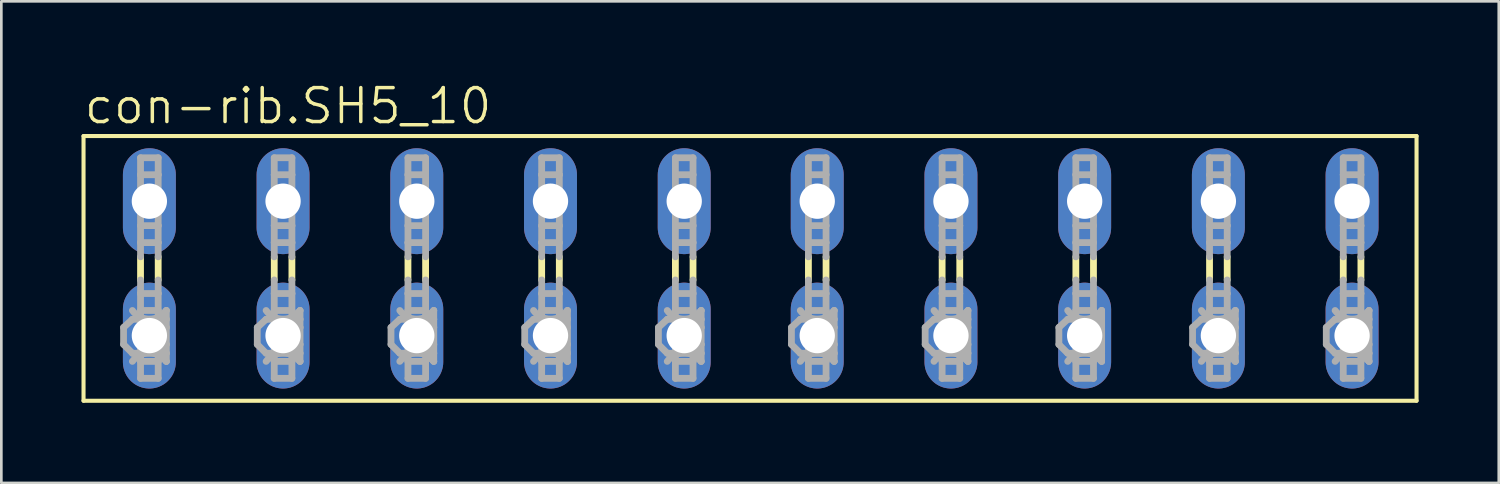
<source format=kicad_pcb>
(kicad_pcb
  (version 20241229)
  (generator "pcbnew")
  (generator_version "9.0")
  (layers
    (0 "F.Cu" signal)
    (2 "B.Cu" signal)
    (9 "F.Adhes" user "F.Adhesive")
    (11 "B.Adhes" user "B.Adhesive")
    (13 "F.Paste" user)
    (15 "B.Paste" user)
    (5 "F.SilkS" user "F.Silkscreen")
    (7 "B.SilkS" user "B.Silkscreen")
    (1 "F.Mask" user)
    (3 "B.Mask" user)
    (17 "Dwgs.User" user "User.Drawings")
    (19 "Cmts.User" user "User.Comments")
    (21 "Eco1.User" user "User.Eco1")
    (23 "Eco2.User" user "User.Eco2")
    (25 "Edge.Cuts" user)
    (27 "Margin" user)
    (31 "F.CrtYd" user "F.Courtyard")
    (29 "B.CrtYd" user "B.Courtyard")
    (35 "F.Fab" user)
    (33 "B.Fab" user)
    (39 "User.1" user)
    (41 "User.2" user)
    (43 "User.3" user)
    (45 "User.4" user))
  (footprint "con-rib.SH5_10"
    (layer "F.Cu")
    (at 25.044 6.994)
    (property "Reference" "con-rib.SH5_10" (at -25.019 -5.334 0) (layer "F.SilkS") (effects (font (size 1.27 1.27) (thickness 0.13)) (justify left bottom)))
    (attr through_hole)
    (fp_line (start -24.968 -4.953) (end -24.968 4.953) (stroke (width 0.152) (type default)) (layer "F.SilkS"))
    (fp_line (start -24.968 -4.953) (end 24.917 -4.953) (stroke (width 0.152) (type default)) (layer "F.SilkS"))
    (fp_line (start -22.835 0.432) (end -22.835 -0.432) (stroke (width 0.254) (type default)) (layer "F.SilkS"))
    (fp_line (start -22.174 0.432) (end -22.174 -0.432) (stroke (width 0.254) (type default)) (layer "F.SilkS"))
    (fp_line (start -17.831 0.432) (end -17.831 -0.432) (stroke (width 0.254) (type default)) (layer "F.SilkS"))
    (fp_line (start -17.17 0.432) (end -17.17 -0.432) (stroke (width 0.254) (type default)) (layer "F.SilkS"))
    (fp_line (start -12.827 0.432) (end -12.827 -0.432) (stroke (width 0.254) (type default)) (layer "F.SilkS"))
    (fp_line (start -12.167 0.432) (end -12.167 -0.432) (stroke (width 0.254) (type default)) (layer "F.SilkS"))
    (fp_line (start -7.823 0.432) (end -7.823 -0.432) (stroke (width 0.254) (type default)) (layer "F.SilkS"))
    (fp_line (start -7.163 0.432) (end -7.163 -0.432) (stroke (width 0.254) (type default)) (layer "F.SilkS"))
    (fp_line (start -2.819 0.432) (end -2.819 -0.432) (stroke (width 0.254) (type default)) (layer "F.SilkS"))
    (fp_line (start -2.159 0.432) (end -2.159 -0.432) (stroke (width 0.254) (type default)) (layer "F.SilkS"))
    (fp_line (start 2.159 0.432) (end 2.159 -0.432) (stroke (width 0.254) (type default)) (layer "F.SilkS"))
    (fp_line (start 2.819 0.432) (end 2.819 -0.432) (stroke (width 0.254) (type default)) (layer "F.SilkS"))
    (fp_line (start 7.163 0.432) (end 7.163 -0.432) (stroke (width 0.254) (type default)) (layer "F.SilkS"))
    (fp_line (start 7.823 0.432) (end 7.823 -0.432) (stroke (width 0.254) (type default)) (layer "F.SilkS"))
    (fp_line (start 12.167 0.432) (end 12.167 -0.432) (stroke (width 0.254) (type default)) (layer "F.SilkS"))
    (fp_line (start 12.827 0.432) (end 12.827 -0.432) (stroke (width 0.254) (type default)) (layer "F.SilkS"))
    (fp_line (start 17.17 0.432) (end 17.17 -0.432) (stroke (width 0.254) (type default)) (layer "F.SilkS"))
    (fp_line (start 17.831 0.432) (end 17.831 -0.432) (stroke (width 0.254) (type default)) (layer "F.SilkS"))
    (fp_line (start 22.174 0.432) (end 22.174 -0.432) (stroke (width 0.254) (type default)) (layer "F.SilkS"))
    (fp_line (start 22.835 0.432) (end 22.835 -0.432) (stroke (width 0.254) (type default)) (layer "F.SilkS"))
    (fp_line (start 24.917 4.953) (end -24.968 4.953) (stroke (width 0.152) (type default)) (layer "F.SilkS"))
    (fp_line (start 24.917 4.953) (end 24.917 -4.953) (stroke (width 0.152) (type default)) (layer "F.SilkS"))
    (fp_line (start -23.47 2.21) (end -23.139 1.905) (stroke (width 0.254) (type default)) (layer "F.Fab"))
    (fp_line (start -23.47 2.845) (end -23.47 2.21) (stroke (width 0.254) (type default)) (layer "F.Fab"))
    (fp_line (start -23.47 2.845) (end -23.139 3.175) (stroke (width 0.254) (type default)) (layer "F.Fab"))
    (fp_line (start -22.835 -4.14) (end -22.174 -4.14) (stroke (width 0.254) (type default)) (layer "F.Fab"))
    (fp_line (start -22.835 -3.505) (end -22.835 -4.14) (stroke (width 0.254) (type default)) (layer "F.Fab"))
    (fp_line (start -22.835 -3.505) (end -22.835 -1.6) (stroke (width 0.254) (type default)) (layer "F.Fab"))
    (fp_line (start -22.835 -1.6) (end -22.835 -0.965) (stroke (width 0.254) (type default)) (layer "F.Fab"))
    (fp_line (start -22.835 -1.6) (end -22.174 -1.6) (stroke (width 0.254) (type default)) (layer "F.Fab"))
    (fp_line (start -22.835 -0.965) (end -22.174 -0.965) (stroke (width 0.254) (type default)) (layer "F.Fab"))
    (fp_line (start -22.835 -0.432) (end -22.835 -0.965) (stroke (width 0.254) (type default)) (layer "F.Fab"))
    (fp_line (start -22.835 0.94) (end -22.835 0.432) (stroke (width 0.254) (type default)) (layer "F.Fab"))
    (fp_line (start -22.835 0.94) (end -22.174 0.94) (stroke (width 0.254) (type default)) (layer "F.Fab"))
    (fp_line (start -22.835 1.575) (end -22.835 0.94) (stroke (width 0.254) (type default)) (layer "F.Fab"))
    (fp_line (start -22.835 1.575) (end -22.835 3.48) (stroke (width 0.254) (type default)) (layer "F.Fab"))
    (fp_line (start -22.835 3.48) (end -22.835 4.115) (stroke (width 0.254) (type default)) (layer "F.Fab"))
    (fp_line (start -22.835 3.48) (end -22.174 3.48) (stroke (width 0.254) (type default)) (layer "F.Fab"))
    (fp_line (start -22.835 4.115) (end -22.174 4.115) (stroke (width 0.254) (type default)) (layer "F.Fab"))
    (fp_line (start -22.174 -4.14) (end -22.174 -3.505) (stroke (width 0.254) (type default)) (layer "F.Fab"))
    (fp_line (start -22.174 -3.505) (end -22.835 -3.505) (stroke (width 0.254) (type default)) (layer "F.Fab"))
    (fp_line (start -22.174 -1.6) (end -22.174 -3.505) (stroke (width 0.254) (type default)) (layer "F.Fab"))
    (fp_line (start -22.174 -0.965) (end -22.174 -1.6) (stroke (width 0.254) (type default)) (layer "F.Fab"))
    (fp_line (start -22.174 -0.432) (end -22.174 -0.965) (stroke (width 0.254) (type default)) (layer "F.Fab"))
    (fp_line (start -22.174 0.94) (end -22.174 0.432) (stroke (width 0.254) (type default)) (layer "F.Fab"))
    (fp_line (start -22.174 0.94) (end -22.174 1.575) (stroke (width 0.254) (type default)) (layer "F.Fab"))
    (fp_line (start -22.174 1.575) (end -22.835 1.575) (stroke (width 0.254) (type default)) (layer "F.Fab"))
    (fp_line (start -22.174 1.905) (end -23.139 1.905) (stroke (width 0.254) (type default)) (layer "F.Fab"))
    (fp_line (start -22.174 1.905) (end -22.174 1.575) (stroke (width 0.254) (type default)) (layer "F.Fab"))
    (fp_line (start -22.174 1.905) (end -21.869 1.575) (stroke (width 0.254) (type default)) (layer "F.Fab"))
    (fp_line (start -22.174 1.905) (end -21.869 2.21) (stroke (width 0.254) (type default)) (layer "F.Fab"))
    (fp_line (start -22.174 3.175) (end -23.139 3.175) (stroke (width 0.254) (type default)) (layer "F.Fab"))
    (fp_line (start -22.174 3.175) (end -22.174 1.905) (stroke (width 0.254) (type default)) (layer "F.Fab"))
    (fp_line (start -22.174 3.175) (end -21.869 2.845) (stroke (width 0.254) (type default)) (layer "F.Fab"))
    (fp_line (start -22.174 3.175) (end -21.869 3.48) (stroke (width 0.254) (type default)) (layer "F.Fab"))
    (fp_line (start -22.174 3.48) (end -22.174 3.175) (stroke (width 0.254) (type default)) (layer "F.Fab"))
    (fp_line (start -22.174 4.115) (end -22.174 3.48) (stroke (width 0.254) (type default)) (layer "F.Fab"))
    (fp_line (start -21.869 1.905) (end -22.174 1.905) (stroke (width 0.254) (type default)) (layer "F.Fab"))
    (fp_line (start -21.869 1.905) (end -21.869 1.575) (stroke (width 0.254) (type default)) (layer "F.Fab"))
    (fp_line (start -21.869 2.21) (end -21.869 1.905) (stroke (width 0.254) (type default)) (layer "F.Fab"))
    (fp_line (start -21.869 2.845) (end -21.869 2.21) (stroke (width 0.254) (type default)) (layer "F.Fab"))
    (fp_line (start -21.869 3.175) (end -22.174 3.175) (stroke (width 0.254) (type default)) (layer "F.Fab"))
    (fp_line (start -21.869 3.175) (end -21.869 2.845) (stroke (width 0.254) (type default)) (layer "F.Fab"))
    (fp_line (start -21.869 3.48) (end -21.869 3.175) (stroke (width 0.254) (type default)) (layer "F.Fab"))
    (fp_line (start -18.466 2.21) (end -18.136 1.905) (stroke (width 0.254) (type default)) (layer "F.Fab"))
    (fp_line (start -18.466 2.845) (end -18.466 2.21) (stroke (width 0.254) (type default)) (layer "F.Fab"))
    (fp_line (start -18.466 2.845) (end -18.136 3.175) (stroke (width 0.254) (type default)) (layer "F.Fab"))
    (fp_line (start -17.831 -4.14) (end -17.17 -4.14) (stroke (width 0.254) (type default)) (layer "F.Fab"))
    (fp_line (start -17.831 -3.505) (end -17.831 -4.14) (stroke (width 0.254) (type default)) (layer "F.Fab"))
    (fp_line (start -17.831 -3.505) (end -17.831 -1.6) (stroke (width 0.254) (type default)) (layer "F.Fab"))
    (fp_line (start -17.831 -1.6) (end -17.831 -0.965) (stroke (width 0.254) (type default)) (layer "F.Fab"))
    (fp_line (start -17.831 -1.6) (end -17.17 -1.6) (stroke (width 0.254) (type default)) (layer "F.Fab"))
    (fp_line (start -17.831 -0.965) (end -17.17 -0.965) (stroke (width 0.254) (type default)) (layer "F.Fab"))
    (fp_line (start -17.831 -0.432) (end -17.831 -0.965) (stroke (width 0.254) (type default)) (layer "F.Fab"))
    (fp_line (start -17.831 0.94) (end -17.831 0.432) (stroke (width 0.254) (type default)) (layer "F.Fab"))
    (fp_line (start -17.831 0.94) (end -17.17 0.94) (stroke (width 0.254) (type default)) (layer "F.Fab"))
    (fp_line (start -17.831 1.575) (end -17.831 0.94) (stroke (width 0.254) (type default)) (layer "F.Fab"))
    (fp_line (start -17.831 1.575) (end -17.831 3.48) (stroke (width 0.254) (type default)) (layer "F.Fab"))
    (fp_line (start -17.831 3.48) (end -17.831 4.115) (stroke (width 0.254) (type default)) (layer "F.Fab"))
    (fp_line (start -17.831 3.48) (end -17.17 3.48) (stroke (width 0.254) (type default)) (layer "F.Fab"))
    (fp_line (start -17.831 4.115) (end -17.17 4.115) (stroke (width 0.254) (type default)) (layer "F.Fab"))
    (fp_line (start -17.17 -4.14) (end -17.17 -3.505) (stroke (width 0.254) (type default)) (layer "F.Fab"))
    (fp_line (start -17.17 -3.505) (end -17.831 -3.505) (stroke (width 0.254) (type default)) (layer "F.Fab"))
    (fp_line (start -17.17 -1.6) (end -17.17 -3.505) (stroke (width 0.254) (type default)) (layer "F.Fab"))
    (fp_line (start -17.17 -0.965) (end -17.17 -1.6) (stroke (width 0.254) (type default)) (layer "F.Fab"))
    (fp_line (start -17.17 -0.432) (end -17.17 -0.965) (stroke (width 0.254) (type default)) (layer "F.Fab"))
    (fp_line (start -17.17 0.94) (end -17.17 0.432) (stroke (width 0.254) (type default)) (layer "F.Fab"))
    (fp_line (start -17.17 0.94) (end -17.17 1.575) (stroke (width 0.254) (type default)) (layer "F.Fab"))
    (fp_line (start -17.17 1.575) (end -17.831 1.575) (stroke (width 0.254) (type default)) (layer "F.Fab"))
    (fp_line (start -17.17 1.905) (end -18.136 1.905) (stroke (width 0.254) (type default)) (layer "F.Fab"))
    (fp_line (start -17.17 1.905) (end -17.17 1.575) (stroke (width 0.254) (type default)) (layer "F.Fab"))
    (fp_line (start -17.17 1.905) (end -16.866 1.575) (stroke (width 0.254) (type default)) (layer "F.Fab"))
    (fp_line (start -17.17 1.905) (end -16.866 2.21) (stroke (width 0.254) (type default)) (layer "F.Fab"))
    (fp_line (start -17.17 3.175) (end -18.136 3.175) (stroke (width 0.254) (type default)) (layer "F.Fab"))
    (fp_line (start -17.17 3.175) (end -17.17 1.905) (stroke (width 0.254) (type default)) (layer "F.Fab"))
    (fp_line (start -17.17 3.175) (end -16.866 2.845) (stroke (width 0.254) (type default)) (layer "F.Fab"))
    (fp_line (start -17.17 3.175) (end -16.866 3.48) (stroke (width 0.254) (type default)) (layer "F.Fab"))
    (fp_line (start -17.17 3.48) (end -17.17 3.175) (stroke (width 0.254) (type default)) (layer "F.Fab"))
    (fp_line (start -17.17 4.115) (end -17.17 3.48) (stroke (width 0.254) (type default)) (layer "F.Fab"))
    (fp_line (start -16.866 1.905) (end -17.17 1.905) (stroke (width 0.254) (type default)) (layer "F.Fab"))
    (fp_line (start -16.866 1.905) (end -16.866 1.575) (stroke (width 0.254) (type default)) (layer "F.Fab"))
    (fp_line (start -16.866 2.21) (end -16.866 1.905) (stroke (width 0.254) (type default)) (layer "F.Fab"))
    (fp_line (start -16.866 2.845) (end -16.866 2.21) (stroke (width 0.254) (type default)) (layer "F.Fab"))
    (fp_line (start -16.866 3.175) (end -17.17 3.175) (stroke (width 0.254) (type default)) (layer "F.Fab"))
    (fp_line (start -16.866 3.175) (end -16.866 2.845) (stroke (width 0.254) (type default)) (layer "F.Fab"))
    (fp_line (start -16.866 3.48) (end -16.866 3.175) (stroke (width 0.254) (type default)) (layer "F.Fab"))
    (fp_line (start -13.462 2.21) (end -13.132 1.905) (stroke (width 0.254) (type default)) (layer "F.Fab"))
    (fp_line (start -13.462 2.845) (end -13.462 2.21) (stroke (width 0.254) (type default)) (layer "F.Fab"))
    (fp_line (start -13.462 2.845) (end -13.132 3.175) (stroke (width 0.254) (type default)) (layer "F.Fab"))
    (fp_line (start -12.827 -4.14) (end -12.167 -4.14) (stroke (width 0.254) (type default)) (layer "F.Fab"))
    (fp_line (start -12.827 -3.505) (end -12.827 -4.14) (stroke (width 0.254) (type default)) (layer "F.Fab"))
    (fp_line (start -12.827 -3.505) (end -12.827 -1.6) (stroke (width 0.254) (type default)) (layer "F.Fab"))
    (fp_line (start -12.827 -1.6) (end -12.167 -1.6) (stroke (width 0.254) (type default)) (layer "F.Fab"))
    (fp_line (start -12.827 -0.965) (end -12.827 -1.6) (stroke (width 0.254) (type default)) (layer "F.Fab"))
    (fp_line (start -12.827 -0.965) (end -12.167 -0.965) (stroke (width 0.254) (type default)) (layer "F.Fab"))
    (fp_line (start -12.827 -0.432) (end -12.827 -0.965) (stroke (width 0.254) (type default)) (layer "F.Fab"))
    (fp_line (start -12.827 0.94) (end -12.827 0.432) (stroke (width 0.254) (type default)) (layer "F.Fab"))
    (fp_line (start -12.827 0.94) (end -12.167 0.94) (stroke (width 0.254) (type default)) (layer "F.Fab"))
    (fp_line (start -12.827 1.575) (end -12.827 0.94) (stroke (width 0.254) (type default)) (layer "F.Fab"))
    (fp_line (start -12.827 1.575) (end -12.827 3.48) (stroke (width 0.254) (type default)) (layer "F.Fab"))
    (fp_line (start -12.827 3.48) (end -12.827 4.115) (stroke (width 0.254) (type default)) (layer "F.Fab"))
    (fp_line (start -12.827 3.48) (end -12.167 3.48) (stroke (width 0.254) (type default)) (layer "F.Fab"))
    (fp_line (start -12.827 4.115) (end -12.167 4.115) (stroke (width 0.254) (type default)) (layer "F.Fab"))
    (fp_line (start -12.167 -4.14) (end -12.167 -3.505) (stroke (width 0.254) (type default)) (layer "F.Fab"))
    (fp_line (start -12.167 -3.505) (end -12.827 -3.505) (stroke (width 0.254) (type default)) (layer "F.Fab"))
    (fp_line (start -12.167 -1.6) (end -12.167 -3.505) (stroke (width 0.254) (type default)) (layer "F.Fab"))
    (fp_line (start -12.167 -0.965) (end -12.167 -1.6) (stroke (width 0.254) (type default)) (layer "F.Fab"))
    (fp_line (start -12.167 -0.432) (end -12.167 -0.965) (stroke (width 0.254) (type default)) (layer "F.Fab"))
    (fp_line (start -12.167 0.94) (end -12.167 0.432) (stroke (width 0.254) (type default)) (layer "F.Fab"))
    (fp_line (start -12.167 0.94) (end -12.167 1.575) (stroke (width 0.254) (type default)) (layer "F.Fab"))
    (fp_line (start -12.167 1.575) (end -12.827 1.575) (stroke (width 0.254) (type default)) (layer "F.Fab"))
    (fp_line (start -12.167 1.905) (end -13.132 1.905) (stroke (width 0.254) (type default)) (layer "F.Fab"))
    (fp_line (start -12.167 1.905) (end -12.167 1.575) (stroke (width 0.254) (type default)) (layer "F.Fab"))
    (fp_line (start -12.167 1.905) (end -11.862 1.575) (stroke (width 0.254) (type default)) (layer "F.Fab"))
    (fp_line (start -12.167 1.905) (end -11.862 2.21) (stroke (width 0.254) (type default)) (layer "F.Fab"))
    (fp_line (start -12.167 3.175) (end -13.132 3.175) (stroke (width 0.254) (type default)) (layer "F.Fab"))
    (fp_line (start -12.167 3.175) (end -12.167 1.905) (stroke (width 0.254) (type default)) (layer "F.Fab"))
    (fp_line (start -12.167 3.175) (end -11.862 2.845) (stroke (width 0.254) (type default)) (layer "F.Fab"))
    (fp_line (start -12.167 3.175) (end -11.862 3.48) (stroke (width 0.254) (type default)) (layer "F.Fab"))
    (fp_line (start -12.167 3.48) (end -12.167 3.175) (stroke (width 0.254) (type default)) (layer "F.Fab"))
    (fp_line (start -12.167 4.115) (end -12.167 3.48) (stroke (width 0.254) (type default)) (layer "F.Fab"))
    (fp_line (start -11.862 1.905) (end -12.167 1.905) (stroke (width 0.254) (type default)) (layer "F.Fab"))
    (fp_line (start -11.862 1.905) (end -11.862 1.575) (stroke (width 0.254) (type default)) (layer "F.Fab"))
    (fp_line (start -11.862 2.21) (end -11.862 1.905) (stroke (width 0.254) (type default)) (layer "F.Fab"))
    (fp_line (start -11.862 2.845) (end -11.862 2.21) (stroke (width 0.254) (type default)) (layer "F.Fab"))
    (fp_line (start -11.862 3.175) (end -12.167 3.175) (stroke (width 0.254) (type default)) (layer "F.Fab"))
    (fp_line (start -11.862 3.175) (end -11.862 2.845) (stroke (width 0.254) (type default)) (layer "F.Fab"))
    (fp_line (start -11.862 3.48) (end -11.862 3.175) (stroke (width 0.254) (type default)) (layer "F.Fab"))
    (fp_line (start -8.458 2.21) (end -8.128 1.905) (stroke (width 0.254) (type default)) (layer "F.Fab"))
    (fp_line (start -8.458 2.845) (end -8.458 2.21) (stroke (width 0.254) (type default)) (layer "F.Fab"))
    (fp_line (start -8.458 2.845) (end -8.128 3.175) (stroke (width 0.254) (type default)) (layer "F.Fab"))
    (fp_line (start -7.823 -4.14) (end -7.163 -4.14) (stroke (width 0.254) (type default)) (layer "F.Fab"))
    (fp_line (start -7.823 -3.505) (end -7.823 -4.14) (stroke (width 0.254) (type default)) (layer "F.Fab"))
    (fp_line (start -7.823 -3.505) (end -7.823 -1.6) (stroke (width 0.254) (type default)) (layer "F.Fab"))
    (fp_line (start -7.823 -1.6) (end -7.163 -1.6) (stroke (width 0.254) (type default)) (layer "F.Fab"))
    (fp_line (start -7.823 -0.965) (end -7.823 -1.6) (stroke (width 0.254) (type default)) (layer "F.Fab"))
    (fp_line (start -7.823 -0.965) (end -7.163 -0.965) (stroke (width 0.254) (type default)) (layer "F.Fab"))
    (fp_line (start -7.823 -0.432) (end -7.823 -0.965) (stroke (width 0.254) (type default)) (layer "F.Fab"))
    (fp_line (start -7.823 0.94) (end -7.823 0.432) (stroke (width 0.254) (type default)) (layer "F.Fab"))
    (fp_line (start -7.823 0.94) (end -7.163 0.94) (stroke (width 0.254) (type default)) (layer "F.Fab"))
    (fp_line (start -7.823 1.575) (end -7.823 0.94) (stroke (width 0.254) (type default)) (layer "F.Fab"))
    (fp_line (start -7.823 1.575) (end -7.823 3.48) (stroke (width 0.254) (type default)) (layer "F.Fab"))
    (fp_line (start -7.823 3.48) (end -7.823 4.115) (stroke (width 0.254) (type default)) (layer "F.Fab"))
    (fp_line (start -7.823 3.48) (end -7.163 3.48) (stroke (width 0.254) (type default)) (layer "F.Fab"))
    (fp_line (start -7.823 4.115) (end -7.163 4.115) (stroke (width 0.254) (type default)) (layer "F.Fab"))
    (fp_line (start -7.163 -4.14) (end -7.163 -3.505) (stroke (width 0.254) (type default)) (layer "F.Fab"))
    (fp_line (start -7.163 -3.505) (end -7.823 -3.505) (stroke (width 0.254) (type default)) (layer "F.Fab"))
    (fp_line (start -7.163 -1.6) (end -7.163 -3.505) (stroke (width 0.254) (type default)) (layer "F.Fab"))
    (fp_line (start -7.163 -0.965) (end -7.163 -1.6) (stroke (width 0.254) (type default)) (layer "F.Fab"))
    (fp_line (start -7.163 -0.432) (end -7.163 -0.965) (stroke (width 0.254) (type default)) (layer "F.Fab"))
    (fp_line (start -7.163 0.94) (end -7.163 0.432) (stroke (width 0.254) (type default)) (layer "F.Fab"))
    (fp_line (start -7.163 0.94) (end -7.163 1.575) (stroke (width 0.254) (type default)) (layer "F.Fab"))
    (fp_line (start -7.163 1.575) (end -7.823 1.575) (stroke (width 0.254) (type default)) (layer "F.Fab"))
    (fp_line (start -7.163 1.905) (end -8.128 1.905) (stroke (width 0.254) (type default)) (layer "F.Fab"))
    (fp_line (start -7.163 1.905) (end -7.163 1.575) (stroke (width 0.254) (type default)) (layer "F.Fab"))
    (fp_line (start -7.163 1.905) (end -6.858 1.575) (stroke (width 0.254) (type default)) (layer "F.Fab"))
    (fp_line (start -7.163 1.905) (end -6.858 2.21) (stroke (width 0.254) (type default)) (layer "F.Fab"))
    (fp_line (start -7.163 3.175) (end -8.128 3.175) (stroke (width 0.254) (type default)) (layer "F.Fab"))
    (fp_line (start -7.163 3.175) (end -7.163 1.905) (stroke (width 0.254) (type default)) (layer "F.Fab"))
    (fp_line (start -7.163 3.175) (end -6.858 2.845) (stroke (width 0.254) (type default)) (layer "F.Fab"))
    (fp_line (start -7.163 3.175) (end -6.858 3.48) (stroke (width 0.254) (type default)) (layer "F.Fab"))
    (fp_line (start -7.163 3.48) (end -7.163 3.175) (stroke (width 0.254) (type default)) (layer "F.Fab"))
    (fp_line (start -7.163 4.115) (end -7.163 3.48) (stroke (width 0.254) (type default)) (layer "F.Fab"))
    (fp_line (start -6.858 1.905) (end -7.163 1.905) (stroke (width 0.254) (type default)) (layer "F.Fab"))
    (fp_line (start -6.858 1.905) (end -6.858 1.575) (stroke (width 0.254) (type default)) (layer "F.Fab"))
    (fp_line (start -6.858 2.21) (end -6.858 1.905) (stroke (width 0.254) (type default)) (layer "F.Fab"))
    (fp_line (start -6.858 2.845) (end -6.858 2.21) (stroke (width 0.254) (type default)) (layer "F.Fab"))
    (fp_line (start -6.858 3.175) (end -7.163 3.175) (stroke (width 0.254) (type default)) (layer "F.Fab"))
    (fp_line (start -6.858 3.175) (end -6.858 2.845) (stroke (width 0.254) (type default)) (layer "F.Fab"))
    (fp_line (start -6.858 3.48) (end -6.858 3.175) (stroke (width 0.254) (type default)) (layer "F.Fab"))
    (fp_line (start -3.454 2.21) (end -3.124 1.905) (stroke (width 0.254) (type default)) (layer "F.Fab"))
    (fp_line (start -3.454 2.845) (end -3.454 2.21) (stroke (width 0.254) (type default)) (layer "F.Fab"))
    (fp_line (start -3.454 2.845) (end -3.124 3.175) (stroke (width 0.254) (type default)) (layer "F.Fab"))
    (fp_line (start -2.819 -4.14) (end -2.159 -4.14) (stroke (width 0.254) (type default)) (layer "F.Fab"))
    (fp_line (start -2.819 -3.505) (end -2.819 -4.14) (stroke (width 0.254) (type default)) (layer "F.Fab"))
    (fp_line (start -2.819 -3.505) (end -2.819 -1.6) (stroke (width 0.254) (type default)) (layer "F.Fab"))
    (fp_line (start -2.819 -1.6) (end -2.159 -1.6) (stroke (width 0.254) (type default)) (layer "F.Fab"))
    (fp_line (start -2.819 -0.965) (end -2.819 -1.6) (stroke (width 0.254) (type default)) (layer "F.Fab"))
    (fp_line (start -2.819 -0.965) (end -2.159 -0.965) (stroke (width 0.254) (type default)) (layer "F.Fab"))
    (fp_line (start -2.819 -0.432) (end -2.819 -0.965) (stroke (width 0.254) (type default)) (layer "F.Fab"))
    (fp_line (start -2.819 0.94) (end -2.819 0.432) (stroke (width 0.254) (type default)) (layer "F.Fab"))
    (fp_line (start -2.819 0.94) (end -2.159 0.94) (stroke (width 0.254) (type default)) (layer "F.Fab"))
    (fp_line (start -2.819 1.575) (end -2.819 0.94) (stroke (width 0.254) (type default)) (layer "F.Fab"))
    (fp_line (start -2.819 1.575) (end -2.819 3.48) (stroke (width 0.254) (type default)) (layer "F.Fab"))
    (fp_line (start -2.819 3.48) (end -2.819 4.115) (stroke (width 0.254) (type default)) (layer "F.Fab"))
    (fp_line (start -2.819 3.48) (end -2.159 3.48) (stroke (width 0.254) (type default)) (layer "F.Fab"))
    (fp_line (start -2.819 4.115) (end -2.159 4.115) (stroke (width 0.254) (type default)) (layer "F.Fab"))
    (fp_line (start -2.159 -4.14) (end -2.159 -3.505) (stroke (width 0.254) (type default)) (layer "F.Fab"))
    (fp_line (start -2.159 -3.505) (end -2.819 -3.505) (stroke (width 0.254) (type default)) (layer "F.Fab"))
    (fp_line (start -2.159 -1.6) (end -2.159 -3.505) (stroke (width 0.254) (type default)) (layer "F.Fab"))
    (fp_line (start -2.159 -0.965) (end -2.159 -1.6) (stroke (width 0.254) (type default)) (layer "F.Fab"))
    (fp_line (start -2.159 -0.432) (end -2.159 -0.965) (stroke (width 0.254) (type default)) (layer "F.Fab"))
    (fp_line (start -2.159 0.94) (end -2.159 0.432) (stroke (width 0.254) (type default)) (layer "F.Fab"))
    (fp_line (start -2.159 0.94) (end -2.159 1.575) (stroke (width 0.254) (type default)) (layer "F.Fab"))
    (fp_line (start -2.159 1.575) (end -2.819 1.575) (stroke (width 0.254) (type default)) (layer "F.Fab"))
    (fp_line (start -2.159 1.905) (end -3.124 1.905) (stroke (width 0.254) (type default)) (layer "F.Fab"))
    (fp_line (start -2.159 1.905) (end -2.159 1.575) (stroke (width 0.254) (type default)) (layer "F.Fab"))
    (fp_line (start -2.159 1.905) (end -1.854 1.575) (stroke (width 0.254) (type default)) (layer "F.Fab"))
    (fp_line (start -2.159 1.905) (end -1.854 2.21) (stroke (width 0.254) (type default)) (layer "F.Fab"))
    (fp_line (start -2.159 3.175) (end -3.124 3.175) (stroke (width 0.254) (type default)) (layer "F.Fab"))
    (fp_line (start -2.159 3.175) (end -2.159 1.905) (stroke (width 0.254) (type default)) (layer "F.Fab"))
    (fp_line (start -2.159 3.175) (end -1.854 2.845) (stroke (width 0.254) (type default)) (layer "F.Fab"))
    (fp_line (start -2.159 3.175) (end -1.854 3.48) (stroke (width 0.254) (type default)) (layer "F.Fab"))
    (fp_line (start -2.159 3.48) (end -2.159 3.175) (stroke (width 0.254) (type default)) (layer "F.Fab"))
    (fp_line (start -2.159 4.115) (end -2.159 3.48) (stroke (width 0.254) (type default)) (layer "F.Fab"))
    (fp_line (start -1.854 1.905) (end -2.159 1.905) (stroke (width 0.254) (type default)) (layer "F.Fab"))
    (fp_line (start -1.854 1.905) (end -1.854 1.575) (stroke (width 0.254) (type default)) (layer "F.Fab"))
    (fp_line (start -1.854 2.21) (end -1.854 1.905) (stroke (width 0.254) (type default)) (layer "F.Fab"))
    (fp_line (start -1.854 2.845) (end -1.854 2.21) (stroke (width 0.254) (type default)) (layer "F.Fab"))
    (fp_line (start -1.854 3.175) (end -2.159 3.175) (stroke (width 0.254) (type default)) (layer "F.Fab"))
    (fp_line (start -1.854 3.175) (end -1.854 2.845) (stroke (width 0.254) (type default)) (layer "F.Fab"))
    (fp_line (start -1.854 3.48) (end -1.854 3.175) (stroke (width 0.254) (type default)) (layer "F.Fab"))
    (fp_line (start 1.524 2.21) (end 1.854 1.905) (stroke (width 0.254) (type default)) (layer "F.Fab"))
    (fp_line (start 1.524 2.845) (end 1.524 2.21) (stroke (width 0.254) (type default)) (layer "F.Fab"))
    (fp_line (start 1.524 2.845) (end 1.854 3.175) (stroke (width 0.254) (type default)) (layer "F.Fab"))
    (fp_line (start 2.159 -4.14) (end 2.819 -4.14) (stroke (width 0.254) (type default)) (layer "F.Fab"))
    (fp_line (start 2.159 -3.505) (end 2.159 -4.14) (stroke (width 0.254) (type default)) (layer "F.Fab"))
    (fp_line (start 2.159 -3.505) (end 2.159 -1.6) (stroke (width 0.254) (type default)) (layer "F.Fab"))
    (fp_line (start 2.159 -1.6) (end 2.159 -0.965) (stroke (width 0.254) (type default)) (layer "F.Fab"))
    (fp_line (start 2.159 -1.6) (end 2.819 -1.6) (stroke (width 0.254) (type default)) (layer "F.Fab"))
    (fp_line (start 2.159 -0.965) (end 2.819 -0.965) (stroke (width 0.254) (type default)) (layer "F.Fab"))
    (fp_line (start 2.159 -0.432) (end 2.159 -0.965) (stroke (width 0.254) (type default)) (layer "F.Fab"))
    (fp_line (start 2.159 0.94) (end 2.159 0.432) (stroke (width 0.254) (type default)) (layer "F.Fab"))
    (fp_line (start 2.159 0.94) (end 2.819 0.94) (stroke (width 0.254) (type default)) (layer "F.Fab"))
    (fp_line (start 2.159 1.575) (end 2.159 0.94) (stroke (width 0.254) (type default)) (layer "F.Fab"))
    (fp_line (start 2.159 1.575) (end 2.159 3.48) (stroke (width 0.254) (type default)) (layer "F.Fab"))
    (fp_line (start 2.159 3.48) (end 2.159 4.115) (stroke (width 0.254) (type default)) (layer "F.Fab"))
    (fp_line (start 2.159 3.48) (end 2.819 3.48) (stroke (width 0.254) (type default)) (layer "F.Fab"))
    (fp_line (start 2.159 4.115) (end 2.819 4.115) (stroke (width 0.254) (type default)) (layer "F.Fab"))
    (fp_line (start 2.819 -4.14) (end 2.819 -3.505) (stroke (width 0.254) (type default)) (layer "F.Fab"))
    (fp_line (start 2.819 -3.505) (end 2.159 -3.505) (stroke (width 0.254) (type default)) (layer "F.Fab"))
    (fp_line (start 2.819 -1.6) (end 2.819 -3.505) (stroke (width 0.254) (type default)) (layer "F.Fab"))
    (fp_line (start 2.819 -0.965) (end 2.819 -1.6) (stroke (width 0.254) (type default)) (layer "F.Fab"))
    (fp_line (start 2.819 -0.432) (end 2.819 -0.965) (stroke (width 0.254) (type default)) (layer "F.Fab"))
    (fp_line (start 2.819 0.94) (end 2.819 0.432) (stroke (width 0.254) (type default)) (layer "F.Fab"))
    (fp_line (start 2.819 0.94) (end 2.819 1.575) (stroke (width 0.254) (type default)) (layer "F.Fab"))
    (fp_line (start 2.819 1.575) (end 2.159 1.575) (stroke (width 0.254) (type default)) (layer "F.Fab"))
    (fp_line (start 2.819 1.905) (end 1.854 1.905) (stroke (width 0.254) (type default)) (layer "F.Fab"))
    (fp_line (start 2.819 1.905) (end 2.819 1.575) (stroke (width 0.254) (type default)) (layer "F.Fab"))
    (fp_line (start 2.819 1.905) (end 3.124 1.575) (stroke (width 0.254) (type default)) (layer "F.Fab"))
    (fp_line (start 2.819 1.905) (end 3.124 2.21) (stroke (width 0.254) (type default)) (layer "F.Fab"))
    (fp_line (start 2.819 3.175) (end 1.854 3.175) (stroke (width 0.254) (type default)) (layer "F.Fab"))
    (fp_line (start 2.819 3.175) (end 2.819 1.905) (stroke (width 0.254) (type default)) (layer "F.Fab"))
    (fp_line (start 2.819 3.175) (end 3.124 2.845) (stroke (width 0.254) (type default)) (layer "F.Fab"))
    (fp_line (start 2.819 3.175) (end 3.124 3.48) (stroke (width 0.254) (type default)) (layer "F.Fab"))
    (fp_line (start 2.819 3.48) (end 2.819 3.175) (stroke (width 0.254) (type default)) (layer "F.Fab"))
    (fp_line (start 2.819 4.115) (end 2.819 3.48) (stroke (width 0.254) (type default)) (layer "F.Fab"))
    (fp_line (start 3.124 1.905) (end 2.819 1.905) (stroke (width 0.254) (type default)) (layer "F.Fab"))
    (fp_line (start 3.124 1.905) (end 3.124 1.575) (stroke (width 0.254) (type default)) (layer "F.Fab"))
    (fp_line (start 3.124 2.21) (end 3.124 1.905) (stroke (width 0.254) (type default)) (layer "F.Fab"))
    (fp_line (start 3.124 2.845) (end 3.124 2.21) (stroke (width 0.254) (type default)) (layer "F.Fab"))
    (fp_line (start 3.124 3.175) (end 2.819 3.175) (stroke (width 0.254) (type default)) (layer "F.Fab"))
    (fp_line (start 3.124 3.175) (end 3.124 2.845) (stroke (width 0.254) (type default)) (layer "F.Fab"))
    (fp_line (start 3.124 3.48) (end 3.124 3.175) (stroke (width 0.254) (type default)) (layer "F.Fab"))
    (fp_line (start 6.528 2.21) (end 6.858 1.905) (stroke (width 0.254) (type default)) (layer "F.Fab"))
    (fp_line (start 6.528 2.845) (end 6.528 2.21) (stroke (width 0.254) (type default)) (layer "F.Fab"))
    (fp_line (start 6.528 2.845) (end 6.858 3.175) (stroke (width 0.254) (type default)) (layer "F.Fab"))
    (fp_line (start 7.163 -4.14) (end 7.823 -4.14) (stroke (width 0.254) (type default)) (layer "F.Fab"))
    (fp_line (start 7.163 -3.505) (end 7.163 -4.14) (stroke (width 0.254) (type default)) (layer "F.Fab"))
    (fp_line (start 7.163 -3.505) (end 7.163 -1.6) (stroke (width 0.254) (type default)) (layer "F.Fab"))
    (fp_line (start 7.163 -1.6) (end 7.163 -0.965) (stroke (width 0.254) (type default)) (layer "F.Fab"))
    (fp_line (start 7.163 -1.6) (end 7.823 -1.6) (stroke (width 0.254) (type default)) (layer "F.Fab"))
    (fp_line (start 7.163 -0.965) (end 7.823 -0.965) (stroke (width 0.254) (type default)) (layer "F.Fab"))
    (fp_line (start 7.163 -0.432) (end 7.163 -0.965) (stroke (width 0.254) (type default)) (layer "F.Fab"))
    (fp_line (start 7.163 0.94) (end 7.163 0.432) (stroke (width 0.254) (type default)) (layer "F.Fab"))
    (fp_line (start 7.163 0.94) (end 7.823 0.94) (stroke (width 0.254) (type default)) (layer "F.Fab"))
    (fp_line (start 7.163 1.575) (end 7.163 0.94) (stroke (width 0.254) (type default)) (layer "F.Fab"))
    (fp_line (start 7.163 1.575) (end 7.163 3.48) (stroke (width 0.254) (type default)) (layer "F.Fab"))
    (fp_line (start 7.163 3.48) (end 7.163 4.115) (stroke (width 0.254) (type default)) (layer "F.Fab"))
    (fp_line (start 7.163 3.48) (end 7.823 3.48) (stroke (width 0.254) (type default)) (layer "F.Fab"))
    (fp_line (start 7.163 4.115) (end 7.823 4.115) (stroke (width 0.254) (type default)) (layer "F.Fab"))
    (fp_line (start 7.823 -4.14) (end 7.823 -3.505) (stroke (width 0.254) (type default)) (layer "F.Fab"))
    (fp_line (start 7.823 -3.505) (end 7.163 -3.505) (stroke (width 0.254) (type default)) (layer "F.Fab"))
    (fp_line (start 7.823 -1.6) (end 7.823 -3.505) (stroke (width 0.254) (type default)) (layer "F.Fab"))
    (fp_line (start 7.823 -0.965) (end 7.823 -1.6) (stroke (width 0.254) (type default)) (layer "F.Fab"))
    (fp_line (start 7.823 -0.432) (end 7.823 -0.965) (stroke (width 0.254) (type default)) (layer "F.Fab"))
    (fp_line (start 7.823 0.94) (end 7.823 0.432) (stroke (width 0.254) (type default)) (layer "F.Fab"))
    (fp_line (start 7.823 0.94) (end 7.823 1.575) (stroke (width 0.254) (type default)) (layer "F.Fab"))
    (fp_line (start 7.823 1.575) (end 7.163 1.575) (stroke (width 0.254) (type default)) (layer "F.Fab"))
    (fp_line (start 7.823 1.905) (end 6.858 1.905) (stroke (width 0.254) (type default)) (layer "F.Fab"))
    (fp_line (start 7.823 1.905) (end 7.823 1.575) (stroke (width 0.254) (type default)) (layer "F.Fab"))
    (fp_line (start 7.823 1.905) (end 8.128 1.575) (stroke (width 0.254) (type default)) (layer "F.Fab"))
    (fp_line (start 7.823 1.905) (end 8.128 2.21) (stroke (width 0.254) (type default)) (layer "F.Fab"))
    (fp_line (start 7.823 3.175) (end 6.858 3.175) (stroke (width 0.254) (type default)) (layer "F.Fab"))
    (fp_line (start 7.823 3.175) (end 7.823 1.905) (stroke (width 0.254) (type default)) (layer "F.Fab"))
    (fp_line (start 7.823 3.175) (end 8.128 2.845) (stroke (width 0.254) (type default)) (layer "F.Fab"))
    (fp_line (start 7.823 3.175) (end 8.128 3.48) (stroke (width 0.254) (type default)) (layer "F.Fab"))
    (fp_line (start 7.823 3.48) (end 7.823 3.175) (stroke (width 0.254) (type default)) (layer "F.Fab"))
    (fp_line (start 7.823 4.115) (end 7.823 3.48) (stroke (width 0.254) (type default)) (layer "F.Fab"))
    (fp_line (start 8.128 1.905) (end 7.823 1.905) (stroke (width 0.254) (type default)) (layer "F.Fab"))
    (fp_line (start 8.128 1.905) (end 8.128 1.575) (stroke (width 0.254) (type default)) (layer "F.Fab"))
    (fp_line (start 8.128 2.21) (end 8.128 1.905) (stroke (width 0.254) (type default)) (layer "F.Fab"))
    (fp_line (start 8.128 2.845) (end 8.128 2.21) (stroke (width 0.254) (type default)) (layer "F.Fab"))
    (fp_line (start 8.128 3.175) (end 7.823 3.175) (stroke (width 0.254) (type default)) (layer "F.Fab"))
    (fp_line (start 8.128 3.175) (end 8.128 2.845) (stroke (width 0.254) (type default)) (layer "F.Fab"))
    (fp_line (start 8.128 3.48) (end 8.128 3.175) (stroke (width 0.254) (type default)) (layer "F.Fab"))
    (fp_line (start 11.532 2.21) (end 11.862 1.905) (stroke (width 0.254) (type default)) (layer "F.Fab"))
    (fp_line (start 11.532 2.845) (end 11.532 2.21) (stroke (width 0.254) (type default)) (layer "F.Fab"))
    (fp_line (start 11.532 2.845) (end 11.862 3.175) (stroke (width 0.254) (type default)) (layer "F.Fab"))
    (fp_line (start 12.167 -4.14) (end 12.827 -4.14) (stroke (width 0.254) (type default)) (layer "F.Fab"))
    (fp_line (start 12.167 -3.505) (end 12.167 -4.14) (stroke (width 0.254) (type default)) (layer "F.Fab"))
    (fp_line (start 12.167 -3.505) (end 12.167 -1.6) (stroke (width 0.254) (type default)) (layer "F.Fab"))
    (fp_line (start 12.167 -1.6) (end 12.827 -1.6) (stroke (width 0.254) (type default)) (layer "F.Fab"))
    (fp_line (start 12.167 -0.965) (end 12.167 -1.6) (stroke (width 0.254) (type default)) (layer "F.Fab"))
    (fp_line (start 12.167 -0.965) (end 12.827 -0.965) (stroke (width 0.254) (type default)) (layer "F.Fab"))
    (fp_line (start 12.167 -0.432) (end 12.167 -0.965) (stroke (width 0.254) (type default)) (layer "F.Fab"))
    (fp_line (start 12.167 0.94) (end 12.167 0.432) (stroke (width 0.254) (type default)) (layer "F.Fab"))
    (fp_line (start 12.167 0.94) (end 12.827 0.94) (stroke (width 0.254) (type default)) (layer "F.Fab"))
    (fp_line (start 12.167 1.575) (end 12.167 0.94) (stroke (width 0.254) (type default)) (layer "F.Fab"))
    (fp_line (start 12.167 1.575) (end 12.167 3.48) (stroke (width 0.254) (type default)) (layer "F.Fab"))
    (fp_line (start 12.167 3.48) (end 12.167 4.115) (stroke (width 0.254) (type default)) (layer "F.Fab"))
    (fp_line (start 12.167 3.48) (end 12.827 3.48) (stroke (width 0.254) (type default)) (layer "F.Fab"))
    (fp_line (start 12.167 4.115) (end 12.827 4.115) (stroke (width 0.254) (type default)) (layer "F.Fab"))
    (fp_line (start 12.827 -4.14) (end 12.827 -3.505) (stroke (width 0.254) (type default)) (layer "F.Fab"))
    (fp_line (start 12.827 -3.505) (end 12.167 -3.505) (stroke (width 0.254) (type default)) (layer "F.Fab"))
    (fp_line (start 12.827 -1.6) (end 12.827 -3.505) (stroke (width 0.254) (type default)) (layer "F.Fab"))
    (fp_line (start 12.827 -0.965) (end 12.827 -1.6) (stroke (width 0.254) (type default)) (layer "F.Fab"))
    (fp_line (start 12.827 -0.432) (end 12.827 -0.965) (stroke (width 0.254) (type default)) (layer "F.Fab"))
    (fp_line (start 12.827 0.94) (end 12.827 0.432) (stroke (width 0.254) (type default)) (layer "F.Fab"))
    (fp_line (start 12.827 0.94) (end 12.827 1.575) (stroke (width 0.254) (type default)) (layer "F.Fab"))
    (fp_line (start 12.827 1.575) (end 12.167 1.575) (stroke (width 0.254) (type default)) (layer "F.Fab"))
    (fp_line (start 12.827 1.905) (end 11.862 1.905) (stroke (width 0.254) (type default)) (layer "F.Fab"))
    (fp_line (start 12.827 1.905) (end 12.827 1.575) (stroke (width 0.254) (type default)) (layer "F.Fab"))
    (fp_line (start 12.827 1.905) (end 13.132 1.575) (stroke (width 0.254) (type default)) (layer "F.Fab"))
    (fp_line (start 12.827 1.905) (end 13.132 2.21) (stroke (width 0.254) (type default)) (layer "F.Fab"))
    (fp_line (start 12.827 3.175) (end 11.862 3.175) (stroke (width 0.254) (type default)) (layer "F.Fab"))
    (fp_line (start 12.827 3.175) (end 12.827 1.905) (stroke (width 0.254) (type default)) (layer "F.Fab"))
    (fp_line (start 12.827 3.175) (end 13.132 2.845) (stroke (width 0.254) (type default)) (layer "F.Fab"))
    (fp_line (start 12.827 3.175) (end 13.132 3.48) (stroke (width 0.254) (type default)) (layer "F.Fab"))
    (fp_line (start 12.827 3.48) (end 12.827 3.175) (stroke (width 0.254) (type default)) (layer "F.Fab"))
    (fp_line (start 12.827 4.115) (end 12.827 3.48) (stroke (width 0.254) (type default)) (layer "F.Fab"))
    (fp_line (start 13.132 1.905) (end 12.827 1.905) (stroke (width 0.254) (type default)) (layer "F.Fab"))
    (fp_line (start 13.132 1.905) (end 13.132 1.575) (stroke (width 0.254) (type default)) (layer "F.Fab"))
    (fp_line (start 13.132 2.21) (end 13.132 1.905) (stroke (width 0.254) (type default)) (layer "F.Fab"))
    (fp_line (start 13.132 2.845) (end 13.132 2.21) (stroke (width 0.254) (type default)) (layer "F.Fab"))
    (fp_line (start 13.132 3.175) (end 12.827 3.175) (stroke (width 0.254) (type default)) (layer "F.Fab"))
    (fp_line (start 13.132 3.175) (end 13.132 2.845) (stroke (width 0.254) (type default)) (layer "F.Fab"))
    (fp_line (start 13.132 3.48) (end 13.132 3.175) (stroke (width 0.254) (type default)) (layer "F.Fab"))
    (fp_line (start 16.535 2.21) (end 16.866 1.905) (stroke (width 0.254) (type default)) (layer "F.Fab"))
    (fp_line (start 16.535 2.845) (end 16.535 2.21) (stroke (width 0.254) (type default)) (layer "F.Fab"))
    (fp_line (start 16.535 2.845) (end 16.866 3.175) (stroke (width 0.254) (type default)) (layer "F.Fab"))
    (fp_line (start 17.17 -4.14) (end 17.831 -4.14) (stroke (width 0.254) (type default)) (layer "F.Fab"))
    (fp_line (start 17.17 -3.505) (end 17.17 -4.14) (stroke (width 0.254) (type default)) (layer "F.Fab"))
    (fp_line (start 17.17 -3.505) (end 17.17 -1.6) (stroke (width 0.254) (type default)) (layer "F.Fab"))
    (fp_line (start 17.17 -1.6) (end 17.831 -1.6) (stroke (width 0.254) (type default)) (layer "F.Fab"))
    (fp_line (start 17.17 -0.965) (end 17.17 -1.6) (stroke (width 0.254) (type default)) (layer "F.Fab"))
    (fp_line (start 17.17 -0.965) (end 17.831 -0.965) (stroke (width 0.254) (type default)) (layer "F.Fab"))
    (fp_line (start 17.17 -0.432) (end 17.17 -0.965) (stroke (width 0.254) (type default)) (layer "F.Fab"))
    (fp_line (start 17.17 0.94) (end 17.17 0.432) (stroke (width 0.254) (type default)) (layer "F.Fab"))
    (fp_line (start 17.17 0.94) (end 17.831 0.94) (stroke (width 0.254) (type default)) (layer "F.Fab"))
    (fp_line (start 17.17 1.575) (end 17.17 0.94) (stroke (width 0.254) (type default)) (layer "F.Fab"))
    (fp_line (start 17.17 1.575) (end 17.17 3.48) (stroke (width 0.254) (type default)) (layer "F.Fab"))
    (fp_line (start 17.17 3.48) (end 17.17 4.115) (stroke (width 0.254) (type default)) (layer "F.Fab"))
    (fp_line (start 17.17 3.48) (end 17.831 3.48) (stroke (width 0.254) (type default)) (layer "F.Fab"))
    (fp_line (start 17.17 4.115) (end 17.831 4.115) (stroke (width 0.254) (type default)) (layer "F.Fab"))
    (fp_line (start 17.831 -4.14) (end 17.831 -3.505) (stroke (width 0.254) (type default)) (layer "F.Fab"))
    (fp_line (start 17.831 -3.505) (end 17.17 -3.505) (stroke (width 0.254) (type default)) (layer "F.Fab"))
    (fp_line (start 17.831 -1.6) (end 17.831 -3.505) (stroke (width 0.254) (type default)) (layer "F.Fab"))
    (fp_line (start 17.831 -0.965) (end 17.831 -1.6) (stroke (width 0.254) (type default)) (layer "F.Fab"))
    (fp_line (start 17.831 -0.432) (end 17.831 -0.965) (stroke (width 0.254) (type default)) (layer "F.Fab"))
    (fp_line (start 17.831 0.94) (end 17.831 0.432) (stroke (width 0.254) (type default)) (layer "F.Fab"))
    (fp_line (start 17.831 0.94) (end 17.831 1.575) (stroke (width 0.254) (type default)) (layer "F.Fab"))
    (fp_line (start 17.831 1.575) (end 17.17 1.575) (stroke (width 0.254) (type default)) (layer "F.Fab"))
    (fp_line (start 17.831 1.905) (end 16.866 1.905) (stroke (width 0.254) (type default)) (layer "F.Fab"))
    (fp_line (start 17.831 1.905) (end 17.831 1.575) (stroke (width 0.254) (type default)) (layer "F.Fab"))
    (fp_line (start 17.831 1.905) (end 18.136 1.575) (stroke (width 0.254) (type default)) (layer "F.Fab"))
    (fp_line (start 17.831 1.905) (end 18.136 2.21) (stroke (width 0.254) (type default)) (layer "F.Fab"))
    (fp_line (start 17.831 3.175) (end 16.866 3.175) (stroke (width 0.254) (type default)) (layer "F.Fab"))
    (fp_line (start 17.831 3.175) (end 17.831 1.905) (stroke (width 0.254) (type default)) (layer "F.Fab"))
    (fp_line (start 17.831 3.175) (end 18.136 2.845) (stroke (width 0.254) (type default)) (layer "F.Fab"))
    (fp_line (start 17.831 3.175) (end 18.136 3.48) (stroke (width 0.254) (type default)) (layer "F.Fab"))
    (fp_line (start 17.831 3.48) (end 17.831 3.175) (stroke (width 0.254) (type default)) (layer "F.Fab"))
    (fp_line (start 17.831 4.115) (end 17.831 3.48) (stroke (width 0.254) (type default)) (layer "F.Fab"))
    (fp_line (start 18.136 1.905) (end 17.831 1.905) (stroke (width 0.254) (type default)) (layer "F.Fab"))
    (fp_line (start 18.136 1.905) (end 18.136 1.575) (stroke (width 0.254) (type default)) (layer "F.Fab"))
    (fp_line (start 18.136 2.21) (end 18.136 1.905) (stroke (width 0.254) (type default)) (layer "F.Fab"))
    (fp_line (start 18.136 2.845) (end 18.136 2.21) (stroke (width 0.254) (type default)) (layer "F.Fab"))
    (fp_line (start 18.136 3.175) (end 17.831 3.175) (stroke (width 0.254) (type default)) (layer "F.Fab"))
    (fp_line (start 18.136 3.175) (end 18.136 2.845) (stroke (width 0.254) (type default)) (layer "F.Fab"))
    (fp_line (start 18.136 3.48) (end 18.136 3.175) (stroke (width 0.254) (type default)) (layer "F.Fab"))
    (fp_line (start 21.539 2.21) (end 21.869 1.905) (stroke (width 0.254) (type default)) (layer "F.Fab"))
    (fp_line (start 21.539 2.845) (end 21.539 2.21) (stroke (width 0.254) (type default)) (layer "F.Fab"))
    (fp_line (start 21.539 2.845) (end 21.869 3.175) (stroke (width 0.254) (type default)) (layer "F.Fab"))
    (fp_line (start 22.174 -4.14) (end 22.835 -4.14) (stroke (width 0.254) (type default)) (layer "F.Fab"))
    (fp_line (start 22.174 -3.505) (end 22.174 -4.14) (stroke (width 0.254) (type default)) (layer "F.Fab"))
    (fp_line (start 22.174 -3.505) (end 22.174 -1.6) (stroke (width 0.254) (type default)) (layer "F.Fab"))
    (fp_line (start 22.174 -1.6) (end 22.835 -1.6) (stroke (width 0.254) (type default)) (layer "F.Fab"))
    (fp_line (start 22.174 -0.965) (end 22.174 -1.6) (stroke (width 0.254) (type default)) (layer "F.Fab"))
    (fp_line (start 22.174 -0.965) (end 22.835 -0.965) (stroke (width 0.254) (type default)) (layer "F.Fab"))
    (fp_line (start 22.174 -0.432) (end 22.174 -0.965) (stroke (width 0.254) (type default)) (layer "F.Fab"))
    (fp_line (start 22.174 0.94) (end 22.174 0.432) (stroke (width 0.254) (type default)) (layer "F.Fab"))
    (fp_line (start 22.174 0.94) (end 22.835 0.94) (stroke (width 0.254) (type default)) (layer "F.Fab"))
    (fp_line (start 22.174 1.575) (end 22.174 0.94) (stroke (width 0.254) (type default)) (layer "F.Fab"))
    (fp_line (start 22.174 1.575) (end 22.174 3.48) (stroke (width 0.254) (type default)) (layer "F.Fab"))
    (fp_line (start 22.174 3.48) (end 22.174 4.115) (stroke (width 0.254) (type default)) (layer "F.Fab"))
    (fp_line (start 22.174 3.48) (end 22.835 3.48) (stroke (width 0.254) (type default)) (layer "F.Fab"))
    (fp_line (start 22.174 4.115) (end 22.835 4.115) (stroke (width 0.254) (type default)) (layer "F.Fab"))
    (fp_line (start 22.835 -4.14) (end 22.835 -3.505) (stroke (width 0.254) (type default)) (layer "F.Fab"))
    (fp_line (start 22.835 -3.505) (end 22.174 -3.505) (stroke (width 0.254) (type default)) (layer "F.Fab"))
    (fp_line (start 22.835 -1.6) (end 22.835 -3.505) (stroke (width 0.254) (type default)) (layer "F.Fab"))
    (fp_line (start 22.835 -0.965) (end 22.835 -1.6) (stroke (width 0.254) (type default)) (layer "F.Fab"))
    (fp_line (start 22.835 -0.432) (end 22.835 -0.965) (stroke (width 0.254) (type default)) (layer "F.Fab"))
    (fp_line (start 22.835 0.94) (end 22.835 0.432) (stroke (width 0.254) (type default)) (layer "F.Fab"))
    (fp_line (start 22.835 0.94) (end 22.835 1.575) (stroke (width 0.254) (type default)) (layer "F.Fab"))
    (fp_line (start 22.835 1.575) (end 22.174 1.575) (stroke (width 0.254) (type default)) (layer "F.Fab"))
    (fp_line (start 22.835 1.905) (end 21.869 1.905) (stroke (width 0.254) (type default)) (layer "F.Fab"))
    (fp_line (start 22.835 1.905) (end 22.835 1.575) (stroke (width 0.254) (type default)) (layer "F.Fab"))
    (fp_line (start 22.835 1.905) (end 23.139 1.575) (stroke (width 0.254) (type default)) (layer "F.Fab"))
    (fp_line (start 22.835 1.905) (end 23.139 2.21) (stroke (width 0.254) (type default)) (layer "F.Fab"))
    (fp_line (start 22.835 3.175) (end 21.869 3.175) (stroke (width 0.254) (type default)) (layer "F.Fab"))
    (fp_line (start 22.835 3.175) (end 22.835 1.905) (stroke (width 0.254) (type default)) (layer "F.Fab"))
    (fp_line (start 22.835 3.175) (end 23.139 2.845) (stroke (width 0.254) (type default)) (layer "F.Fab"))
    (fp_line (start 22.835 3.175) (end 23.139 3.48) (stroke (width 0.254) (type default)) (layer "F.Fab"))
    (fp_line (start 22.835 3.48) (end 22.835 3.175) (stroke (width 0.254) (type default)) (layer "F.Fab"))
    (fp_line (start 22.835 4.115) (end 22.835 3.48) (stroke (width 0.254) (type default)) (layer "F.Fab"))
    (fp_line (start 23.139 1.905) (end 22.835 1.905) (stroke (width 0.254) (type default)) (layer "F.Fab"))
    (fp_line (start 23.139 1.905) (end 23.139 1.575) (stroke (width 0.254) (type default)) (layer "F.Fab"))
    (fp_line (start 23.139 2.21) (end 23.139 1.905) (stroke (width 0.254) (type default)) (layer "F.Fab"))
    (fp_line (start 23.139 2.845) (end 23.139 2.21) (stroke (width 0.254) (type default)) (layer "F.Fab"))
    (fp_line (start 23.139 3.175) (end 22.835 3.175) (stroke (width 0.254) (type default)) (layer "F.Fab"))
    (fp_line (start 23.139 3.175) (end 23.139 2.845) (stroke (width 0.254) (type default)) (layer "F.Fab"))
    (fp_line (start 23.139 3.48) (end 23.139 3.175) (stroke (width 0.254) (type default)) (layer "F.Fab"))
    (fp_arc (start -23.1394 3.4798) (mid -22.5044 3.164824) (end -21.8694 3.4798) (stroke (width 0.254) (type default)) (layer "F.Fab"))
    (fp_arc (start -21.8694 1.5748) (mid -22.5044 1.900068) (end -23.1394 1.5748) (stroke (width 0.254) (type default)) (layer "F.Fab"))
    (fp_arc (start -18.1356 3.4798) (mid -17.5006 3.164824) (end -16.8656 3.4798) (stroke (width 0.254) (type default)) (layer "F.Fab"))
    (fp_arc (start -16.8656 1.5748) (mid -17.5006 1.900068) (end -18.1356 1.5748) (stroke (width 0.254) (type default)) (layer "F.Fab"))
    (fp_arc (start -13.1318 3.4798) (mid -12.4968 3.164824) (end -11.8618 3.4798) (stroke (width 0.254) (type default)) (layer "F.Fab"))
    (fp_arc (start -11.8618 1.5748) (mid -12.4968 1.900068) (end -13.1318 1.5748) (stroke (width 0.254) (type default)) (layer "F.Fab"))
    (fp_arc (start -8.128 3.4798) (mid -7.493 3.164824) (end -6.858 3.4798) (stroke (width 0.254) (type default)) (layer "F.Fab"))
    (fp_arc (start -6.858 1.5748) (mid -7.493 1.900068) (end -8.128 1.5748) (stroke (width 0.254) (type default)) (layer "F.Fab"))
    (fp_arc (start -3.1242 3.4798) (mid -2.4892 3.164824) (end -1.8542 3.4798) (stroke (width 0.254) (type default)) (layer "F.Fab"))
    (fp_arc (start -1.8542 1.5748) (mid -2.4892 1.900068) (end -3.1242 1.5748) (stroke (width 0.254) (type default)) (layer "F.Fab"))
    (fp_arc (start 1.8542 3.4798) (mid 2.4892 3.164824) (end 3.1242 3.4798) (stroke (width 0.254) (type default)) (layer "F.Fab"))
    (fp_arc (start 3.1242 1.5748) (mid 2.4892 1.900068) (end 1.8542 1.5748) (stroke (width 0.254) (type default)) (layer "F.Fab"))
    (fp_arc (start 6.858 3.4798) (mid 7.493 3.164824) (end 8.128 3.4798) (stroke (width 0.254) (type default)) (layer "F.Fab"))
    (fp_arc (start 8.128 1.5748) (mid 7.493 1.900068) (end 6.858 1.5748) (stroke (width 0.254) (type default)) (layer "F.Fab"))
    (fp_arc (start 11.8618 3.4798) (mid 12.4968 3.164824) (end 13.1318 3.4798) (stroke (width 0.254) (type default)) (layer "F.Fab"))
    (fp_arc (start 13.1318 1.5748) (mid 12.4968 1.900068) (end 11.8618 1.5748) (stroke (width 0.254) (type default)) (layer "F.Fab"))
    (fp_arc (start 16.8656 3.4798) (mid 17.5006 3.164824) (end 18.1356 3.4798) (stroke (width 0.254) (type default)) (layer "F.Fab"))
    (fp_arc (start 18.1356 1.5748) (mid 17.5006 1.900068) (end 16.8656 1.5748) (stroke (width 0.254) (type default)) (layer "F.Fab"))
    (fp_arc (start 21.8694 3.4798) (mid 22.5044 3.164824) (end 23.1394 3.4798) (stroke (width 0.254) (type default)) (layer "F.Fab"))
    (fp_arc (start 23.1394 1.5748) (mid 22.5044 1.900068) (end 21.8694 1.5748) (stroke (width 0.254) (type default)) (layer "F.Fab"))
    (pad "1" thru_hole oval (at -22.504 2.515 90) (size 3.962 1.981) (drill 1.321) (layers "*.Cu" "*.Mask"))
    (pad "2" thru_hole oval (at -22.504 -2.515 90) (size 3.962 1.981) (drill 1.321) (layers "*.Cu" "*.Mask"))
    (pad "3" thru_hole oval (at -17.501 2.515 90) (size 3.962 1.981) (drill 1.321) (layers "*.Cu" "*.Mask"))
    (pad "4" thru_hole oval (at -17.501 -2.515 90) (size 3.962 1.981) (drill 1.321) (layers "*.Cu" "*.Mask"))
    (pad "5" thru_hole oval (at -12.497 2.515 90) (size 3.962 1.981) (drill 1.321) (layers "*.Cu" "*.Mask"))
    (pad "6" thru_hole oval (at -12.497 -2.515 90) (size 3.962 1.981) (drill 1.321) (layers "*.Cu" "*.Mask"))
    (pad "7" thru_hole oval (at -7.493 2.515 90) (size 3.962 1.981) (drill 1.321) (layers "*.Cu" "*.Mask"))
    (pad "8" thru_hole oval (at -7.493 -2.515 90) (size 3.962 1.981) (drill 1.321) (layers "*.Cu" "*.Mask"))
    (pad "9" thru_hole oval (at -2.489 2.515 90) (size 3.962 1.981) (drill 1.321) (layers "*.Cu" "*.Mask"))
    (pad "10" thru_hole oval (at -2.489 -2.515 90) (size 3.962 1.981) (drill 1.321) (layers "*.Cu" "*.Mask"))
    (pad "11" thru_hole oval (at 2.489 2.515 90) (size 3.962 1.981) (drill 1.321) (layers "*.Cu" "*.Mask"))
    (pad "12" thru_hole oval (at 2.489 -2.515 90) (size 3.962 1.981) (drill 1.321) (layers "*.Cu" "*.Mask"))
    (pad "13" thru_hole oval (at 7.493 2.515 90) (size 3.962 1.981) (drill 1.321) (layers "*.Cu" "*.Mask"))
    (pad "14" thru_hole oval (at 7.493 -2.515 90) (size 3.962 1.981) (drill 1.321) (layers "*.Cu" "*.Mask"))
    (pad "15" thru_hole oval (at 12.497 2.515 90) (size 3.962 1.981) (drill 1.321) (layers "*.Cu" "*.Mask"))
    (pad "16" thru_hole oval (at 12.497 -2.515 90) (size 3.962 1.981) (drill 1.321) (layers "*.Cu" "*.Mask"))
    (pad "17" thru_hole oval (at 17.501 2.515 90) (size 3.962 1.981) (drill 1.321) (layers "*.Cu" "*.Mask"))
    (pad "18" thru_hole oval (at 17.501 -2.515 90) (size 3.962 1.981) (drill 1.321) (layers "*.Cu" "*.Mask"))
    (pad "19" thru_hole oval (at 22.504 2.515 90) (size 3.962 1.981) (drill 1.321) (layers "*.Cu" "*.Mask"))
    (pad "20" thru_hole oval (at 22.504 -2.515 90) (size 3.962 1.981) (drill 1.321) (layers "*.Cu" "*.Mask")))
  (gr_rect
    (start -3 -3)
    (end 53.038 15.023)
    (stroke (width 0.1) (type default))
    (fill no)
    (layer "Edge.Cuts")))
</source>
